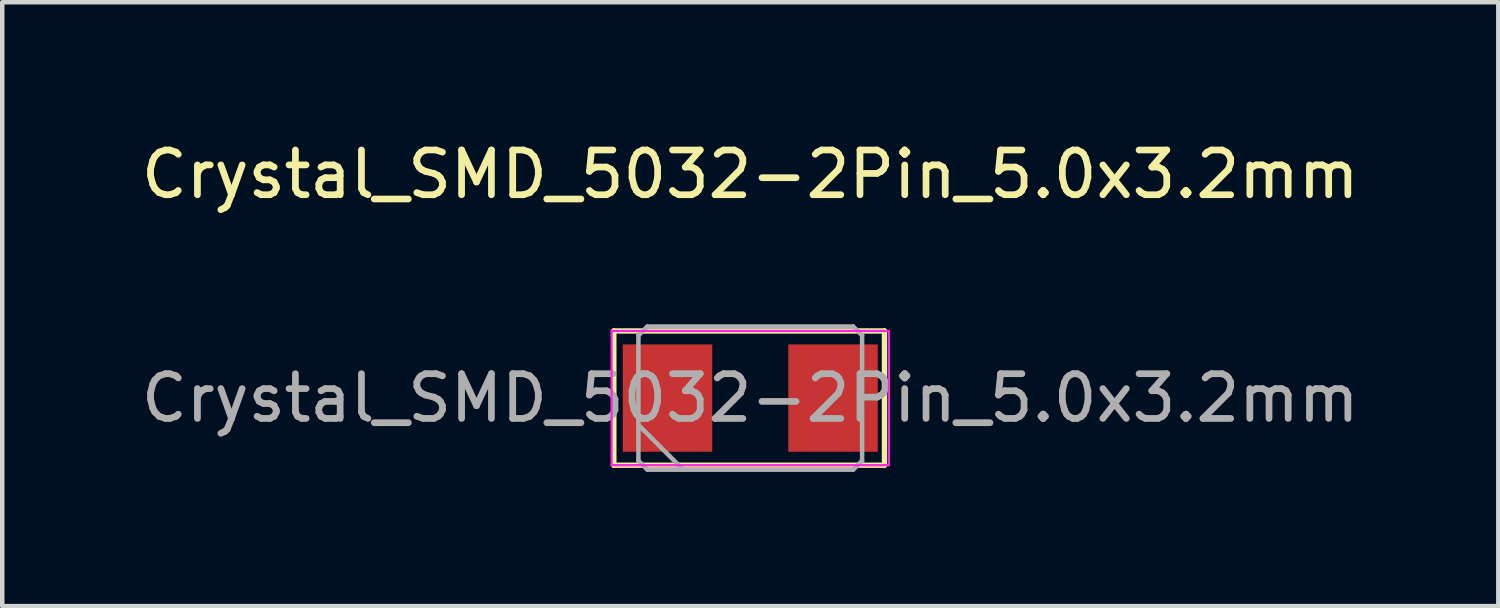
<source format=kicad_pcb>
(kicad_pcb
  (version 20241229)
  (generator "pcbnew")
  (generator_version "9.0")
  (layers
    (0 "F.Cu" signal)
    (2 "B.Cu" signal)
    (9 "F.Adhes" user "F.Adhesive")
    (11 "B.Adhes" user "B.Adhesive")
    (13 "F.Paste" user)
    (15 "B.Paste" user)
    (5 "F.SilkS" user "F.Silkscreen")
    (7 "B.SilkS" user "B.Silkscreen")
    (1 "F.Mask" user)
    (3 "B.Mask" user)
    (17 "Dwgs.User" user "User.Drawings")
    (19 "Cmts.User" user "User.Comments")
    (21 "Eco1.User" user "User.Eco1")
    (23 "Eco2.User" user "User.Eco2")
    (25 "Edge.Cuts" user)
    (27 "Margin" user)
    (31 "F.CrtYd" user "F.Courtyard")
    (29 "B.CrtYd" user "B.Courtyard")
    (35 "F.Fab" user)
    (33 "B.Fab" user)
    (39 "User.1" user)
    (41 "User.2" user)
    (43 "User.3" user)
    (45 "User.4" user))
  (footprint "Crystal_SMD_5032-2Pin_5.0x3.2mm"
    (layer "F.Cu")
    (at 13.72 5.848)
    (property "Reference" "Crystal_SMD_5032-2Pin_5.0x3.2mm" (at 0 -5 0) (layer "F.SilkS") (effects (font (size 1 1) (thickness 0.15))))
    (attr smd)
    (fp_line (start -3.05 -1.5) (end -3.05 1.5) (stroke (width 0.12) (type solid)) (layer "F.SilkS"))
    (fp_line (start -3.05 1.5) (end 3 1.5) (stroke (width 0.12) (type solid)) (layer "F.SilkS"))
    (fp_line (start 3 -1.5) (end -3.05 -1.5) (stroke (width 0.12) (type solid)) (layer "F.SilkS"))
    (fp_line (start 3 -1.5) (end 3 1.5) (stroke (width 0.12) (type solid)) (layer "F.SilkS"))
    (fp_line (start -3.1 -1.5) (end -3.1 1.5) (stroke (width 0.05) (type solid)) (layer "F.CrtYd"))
    (fp_line (start -3.1 1.5) (end 3.1 1.5) (stroke (width 0.05) (type solid)) (layer "F.CrtYd"))
    (fp_line (start 3.1 -1.5) (end -3.1 -1.5) (stroke (width 0.05) (type solid)) (layer "F.CrtYd"))
    (fp_line (start 3.1 1.5) (end 3.1 -1.5) (stroke (width 0.05) (type solid)) (layer "F.CrtYd"))
    (fp_line (start -2.5 -1.4) (end -2.3 -1.6) (stroke (width 0.1) (type solid)) (layer "F.Fab"))
    (fp_line (start -2.5 0.6) (end -1.5 1.6) (stroke (width 0.1) (type solid)) (layer "F.Fab"))
    (fp_line (start -2.5 1.4) (end -2.5 -1.4) (stroke (width 0.1) (type solid)) (layer "F.Fab"))
    (fp_line (start -2.3 -1.6) (end 2.3 -1.6) (stroke (width 0.1) (type solid)) (layer "F.Fab"))
    (fp_line (start -2.3 1.6) (end -2.5 1.4) (stroke (width 0.1) (type solid)) (layer "F.Fab"))
    (fp_line (start 2.3 -1.6) (end 2.5 -1.4) (stroke (width 0.1) (type solid)) (layer "F.Fab"))
    (fp_line (start 2.3 1.6) (end -2.3 1.6) (stroke (width 0.1) (type solid)) (layer "F.Fab"))
    (fp_line (start 2.5 -1.4) (end 2.5 1.4) (stroke (width 0.1) (type solid)) (layer "F.Fab"))
    (fp_line (start 2.5 1.4) (end 2.3 1.6) (stroke (width 0.1) (type solid)) (layer "F.Fab"))
    (fp_text user "${REFERENCE}" (at 0 0 0) (layer "F.Fab") (effects (font (size 1 1) (thickness 0.15))))
    (pad "1" smd rect (at -1.85 0) (size 2 2.4) (layers "F.Cu" "F.Mask" "F.Paste"))
    (pad "2" smd rect (at 1.85 0) (size 2 2.4) (layers "F.Cu" "F.Mask" "F.Paste")))
  (gr_rect
    (start -3 -3)
    (end 30.44 10.498)
    (stroke (width 0.1) (type default))
    (fill no)
    (layer "Edge.Cuts")))
</source>
